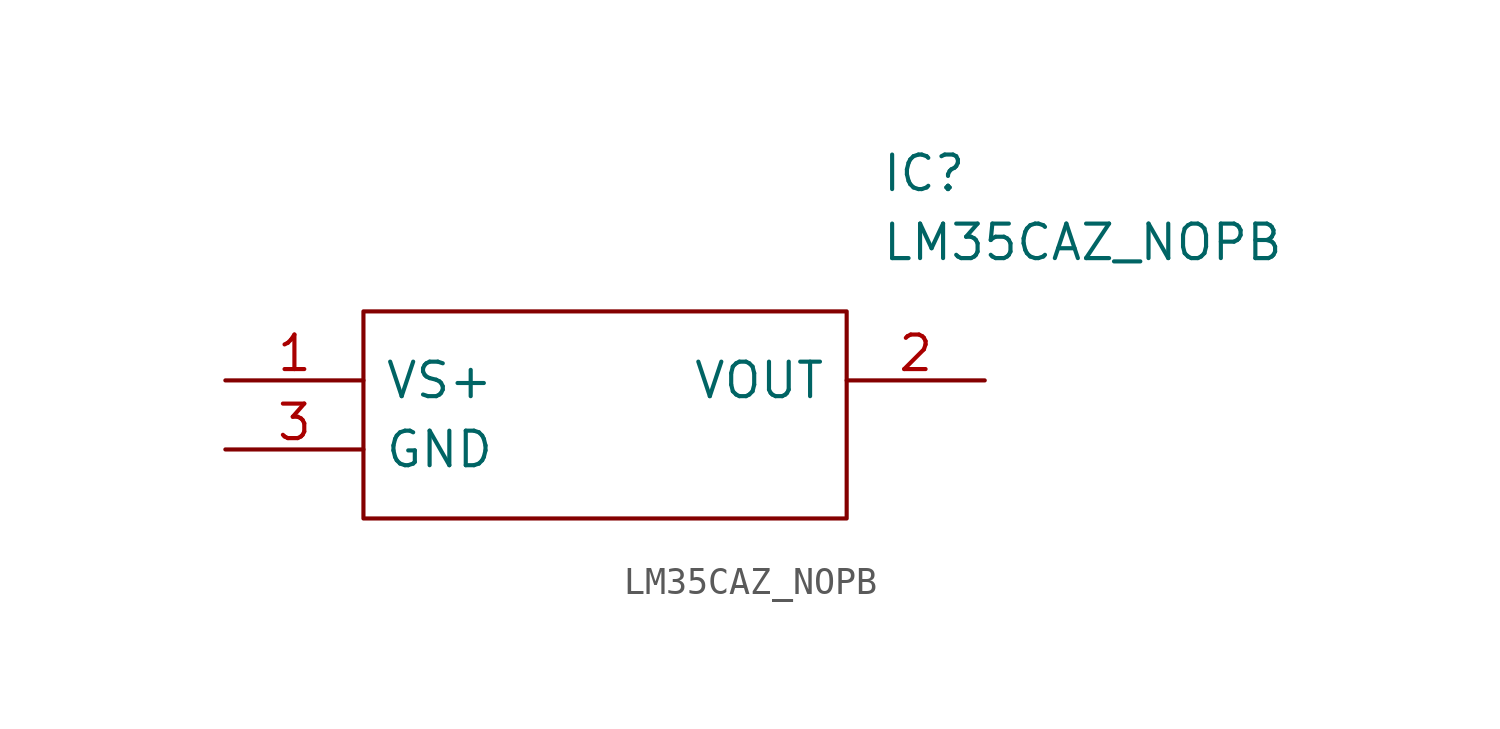
<source format=kicad_sym>
(kicad_symbol_lib
  (version 20231120)
  (generator "kicad_symbol_editor")
  (generator_version "8.0")
  (symbol "LM35CAZ_NOPB"
    (pin_names
      (offset 0.762))
    (property "Reference" "IC"
      (at 10.16 8.89 0)
      (effects (font (size 1.27 1.27)) (justify left)))
    (property "Value" "LM35CAZ_NOPB"
      (at 10.16 6.35 0)
      (effects (font (size 1.27 1.27)) (justify left)))
    (symbol "LM35CAZ_NOPB_0_0"
      (pin passive line (at -13.97 1.27 0) (length 5.08) (name "VS+" (effects (font (size 1.27 1.27)))) (number "1" (effects (font (size 1.27 1.27)))))
      (pin output line (at 13.97 1.27 180) (length 5.08) (name "VOUT" (effects (font (size 1.27 1.27)))) (number "2" (effects (font (size 1.27 1.27)))))
      (pin power_in line (at -13.97 -1.27 0) (length 5.08) (name "GND" (effects (font (size 1.27 1.27)))) (number "3" (effects (font (size 1.27 1.27))))))
    (symbol "LM35CAZ_NOPB_0_1"
      (polyline (pts (xy -8.89 3.81) (xy 8.89 3.81) (xy 8.89 -3.81) (xy -8.89 -3.81) (xy -8.89 3.81)) (stroke (width 0.152) (type default)) (fill (type none))))))
</source>
